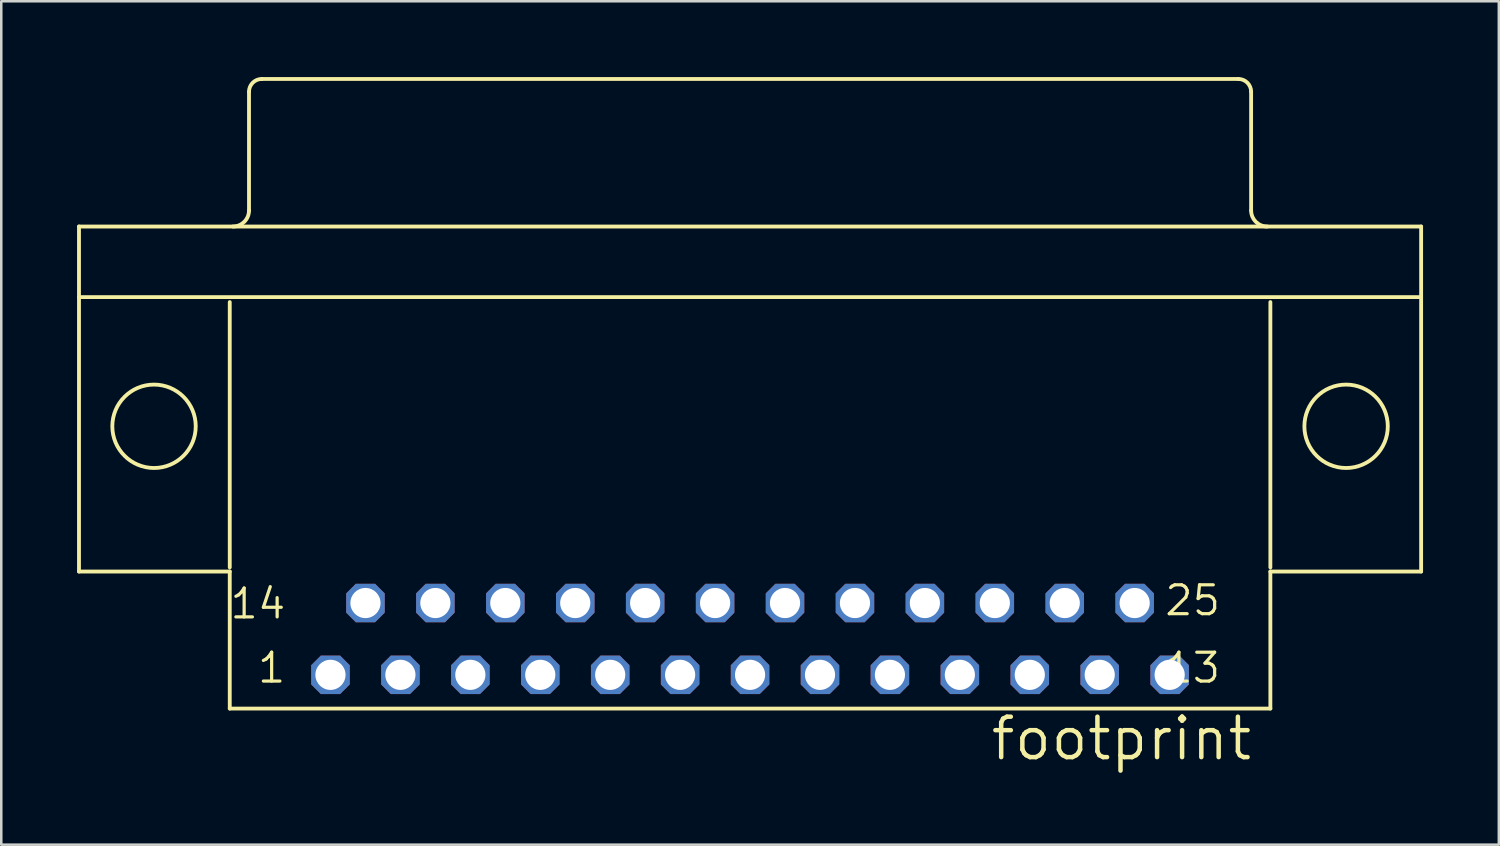
<source format=kicad_pcb>
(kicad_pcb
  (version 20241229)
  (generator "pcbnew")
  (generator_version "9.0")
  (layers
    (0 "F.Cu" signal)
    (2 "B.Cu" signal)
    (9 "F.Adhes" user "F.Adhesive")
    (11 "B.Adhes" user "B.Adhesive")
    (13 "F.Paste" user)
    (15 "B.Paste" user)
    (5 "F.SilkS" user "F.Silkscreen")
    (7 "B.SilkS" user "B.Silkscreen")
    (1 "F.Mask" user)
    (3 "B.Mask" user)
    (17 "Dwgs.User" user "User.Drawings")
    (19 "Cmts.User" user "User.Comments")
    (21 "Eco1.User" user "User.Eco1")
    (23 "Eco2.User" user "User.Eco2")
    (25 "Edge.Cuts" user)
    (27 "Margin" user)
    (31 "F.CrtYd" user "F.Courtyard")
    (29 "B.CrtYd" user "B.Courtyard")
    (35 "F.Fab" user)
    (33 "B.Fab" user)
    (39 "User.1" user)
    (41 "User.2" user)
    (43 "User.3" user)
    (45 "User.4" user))
  (footprint "footprint"
    (layer "F.Cu")
    (at 26.645 13.827)
    (property "Reference" "footprint" (at 19.964 11.43 0) (layer "F.SilkS") (effects (font (size 1.6 1.6) (thickness 0.178)) (justify right top)))
    (fp_line (start -26.568 -7.909) (end 26.568 -7.909) (stroke (width 0.152) (type solid)) (layer "F.SilkS"))
    (fp_line (start -26.568 -5.115) (end -26.568 -7.909) (stroke (width 0.152) (type solid)) (layer "F.SilkS"))
    (fp_line (start -26.568 -5.115) (end 26.568 -5.115) (stroke (width 0.152) (type solid)) (layer "F.SilkS"))
    (fp_line (start -26.568 5.75) (end -26.568 -5.115) (stroke (width 0.152) (type solid)) (layer "F.SilkS"))
    (fp_line (start -26.568 5.75) (end -20.599 5.75) (stroke (width 0.152) (type solid)) (layer "F.SilkS"))
    (fp_line (start -20.599 -4.918) (end -20.599 5.587) (stroke (width 0.152) (type solid)) (layer "F.SilkS"))
    (fp_line (start -20.599 5.75) (end -20.599 11.175) (stroke (width 0.152) (type solid)) (layer "F.SilkS"))
    (fp_line (start -20.599 11.175) (end 20.599 11.175) (stroke (width 0.152) (type solid)) (layer "F.SilkS"))
    (fp_line (start -19.837 -8.544) (end -19.837 -13.243) (stroke (width 0.152) (type solid)) (layer "F.SilkS"))
    (fp_line (start -19.329 -13.751) (end 19.329 -13.751) (stroke (width 0.152) (type solid)) (layer "F.SilkS"))
    (fp_line (start 19.837 -8.544) (end 19.837 -13.243) (stroke (width 0.152) (type solid)) (layer "F.SilkS"))
    (fp_line (start 20.599 5.587) (end 20.599 -4.918) (stroke (width 0.152) (type solid)) (layer "F.SilkS"))
    (fp_line (start 20.599 5.75) (end 26.568 5.75) (stroke (width 0.152) (type solid)) (layer "F.SilkS"))
    (fp_line (start 20.599 11.175) (end 20.599 5.75) (stroke (width 0.152) (type solid)) (layer "F.SilkS"))
    (fp_line (start 26.568 5.75) (end 26.568 -7.909) (stroke (width 0.152) (type solid)) (layer "F.SilkS"))
    (fp_arc (start -19.8374 -13.243) (mid -19.68861 -13.60221) (end -19.3294 -13.751) (stroke (width 0.1524) (type solid)) (layer "F.SilkS"))
    (fp_arc (start -19.8374 -8.544) (mid -20.023387 -8.094987) (end -20.4724 -7.909) (stroke (width 0.1524) (type solid)) (layer "F.SilkS"))
    (fp_arc (start 19.3294 -13.751) (mid 19.68861 -13.60221) (end 19.8374 -13.243) (stroke (width 0.1524) (type solid)) (layer "F.SilkS"))
    (fp_arc (start 20.4724 -7.909) (mid 20.023387 -8.094987) (end 19.8374 -8.544) (stroke (width 0.1524) (type solid)) (layer "F.SilkS"))
    (fp_circle (center -23.597 0) (end -21.946 0) (stroke (width 0.152) (type solid)) (fill no) (layer "F.SilkS"))
    (fp_circle (center 23.597 0) (end 25.248 0) (stroke (width 0.152) (type solid)) (fill no) (layer "F.SilkS"))
    (fp_text user "25" (at 18.694 6.228 0) (layer "F.SilkS") (effects (font (size 1.143 1.143) (thickness 0.127)) (justify right top)))
    (fp_text user "1" (at -18.313 8.895 0) (layer "F.SilkS") (effects (font (size 1.143 1.143) (thickness 0.127)) (justify right top)))
    (fp_text user "13" (at 18.694 8.895 0) (layer "F.SilkS") (effects (font (size 1.143 1.143) (thickness 0.127)) (justify right top)))
    (fp_text user "14" (at -18.313 6.355 0) (layer "F.SilkS") (effects (font (size 1.143 1.143) (thickness 0.127)) (justify right top)))
    (pad "1" thru_hole roundrect (at -16.612 9.84) (size 1.524 1.524) (drill 1.194) (layers "*.Cu" "*.Mask") (roundrect_rratio 0.25) (chamfer_ratio 0.25) (chamfer top_left top_right bottom_left bottom_right))
    (pad "2" thru_hole roundrect (at -13.843 9.84) (size 1.524 1.524) (drill 1.194) (layers "*.Cu" "*.Mask") (roundrect_rratio 0.25) (chamfer_ratio 0.25) (chamfer top_left top_right bottom_left bottom_right))
    (pad "3" thru_hole roundrect (at -11.074 9.84) (size 1.524 1.524) (drill 1.194) (layers "*.Cu" "*.Mask") (roundrect_rratio 0.25) (chamfer_ratio 0.25) (chamfer top_left top_right bottom_left bottom_right))
    (pad "4" thru_hole roundrect (at -8.306 9.84) (size 1.524 1.524) (drill 1.194) (layers "*.Cu" "*.Mask") (roundrect_rratio 0.25) (chamfer_ratio 0.25) (chamfer top_left top_right bottom_left bottom_right))
    (pad "5" thru_hole roundrect (at -5.537 9.84) (size 1.524 1.524) (drill 1.194) (layers "*.Cu" "*.Mask") (roundrect_rratio 0.25) (chamfer_ratio 0.25) (chamfer top_left top_right bottom_left bottom_right))
    (pad "6" thru_hole roundrect (at -2.769 9.84) (size 1.524 1.524) (drill 1.194) (layers "*.Cu" "*.Mask") (roundrect_rratio 0.25) (chamfer_ratio 0.25) (chamfer top_left top_right bottom_left bottom_right))
    (pad "7" thru_hole roundrect (at 0 9.84) (size 1.524 1.524) (drill 1.194) (layers "*.Cu" "*.Mask") (roundrect_rratio 0.25) (chamfer_ratio 0.25) (chamfer top_left top_right bottom_left bottom_right))
    (pad "8" thru_hole roundrect (at 2.769 9.84) (size 1.524 1.524) (drill 1.194) (layers "*.Cu" "*.Mask") (roundrect_rratio 0.25) (chamfer_ratio 0.25) (chamfer top_left top_right bottom_left bottom_right))
    (pad "9" thru_hole roundrect (at 5.537 9.84) (size 1.524 1.524) (drill 1.194) (layers "*.Cu" "*.Mask") (roundrect_rratio 0.25) (chamfer_ratio 0.25) (chamfer top_left top_right bottom_left bottom_right))
    (pad "10" thru_hole roundrect (at 8.306 9.84) (size 1.524 1.524) (drill 1.194) (layers "*.Cu" "*.Mask") (roundrect_rratio 0.25) (chamfer_ratio 0.25) (chamfer top_left top_right bottom_left bottom_right))
    (pad "11" thru_hole roundrect (at 11.074 9.84) (size 1.524 1.524) (drill 1.194) (layers "*.Cu" "*.Mask") (roundrect_rratio 0.25) (chamfer_ratio 0.25) (chamfer top_left top_right bottom_left bottom_right))
    (pad "12" thru_hole roundrect (at 13.843 9.84) (size 1.524 1.524) (drill 1.194) (layers "*.Cu" "*.Mask") (roundrect_rratio 0.25) (chamfer_ratio 0.25) (chamfer top_left top_right bottom_left bottom_right))
    (pad "13" thru_hole roundrect (at 16.612 9.84) (size 1.524 1.524) (drill 1.194) (layers "*.Cu" "*.Mask") (roundrect_rratio 0.25) (chamfer_ratio 0.25) (chamfer top_left top_right bottom_left bottom_right))
    (pad "14" thru_hole roundrect (at -15.227 6.997) (size 1.524 1.524) (drill 1.194) (layers "*.Cu" "*.Mask") (roundrect_rratio 0.25) (chamfer_ratio 0.25) (chamfer top_left top_right bottom_left bottom_right))
    (pad "15" thru_hole roundrect (at -12.459 6.997) (size 1.524 1.524) (drill 1.194) (layers "*.Cu" "*.Mask") (roundrect_rratio 0.25) (chamfer_ratio 0.25) (chamfer top_left top_right bottom_left bottom_right))
    (pad "16" thru_hole roundrect (at -9.69 6.997) (size 1.524 1.524) (drill 1.194) (layers "*.Cu" "*.Mask") (roundrect_rratio 0.25) (chamfer_ratio 0.25) (chamfer top_left top_right bottom_left bottom_right))
    (pad "17" thru_hole roundrect (at -6.921 6.997) (size 1.524 1.524) (drill 1.194) (layers "*.Cu" "*.Mask") (roundrect_rratio 0.25) (chamfer_ratio 0.25) (chamfer top_left top_right bottom_left bottom_right))
    (pad "18" thru_hole roundrect (at -4.153 6.997) (size 1.524 1.524) (drill 1.194) (layers "*.Cu" "*.Mask") (roundrect_rratio 0.25) (chamfer_ratio 0.25) (chamfer top_left top_right bottom_left bottom_right))
    (pad "19" thru_hole roundrect (at -1.384 6.997) (size 1.524 1.524) (drill 1.194) (layers "*.Cu" "*.Mask") (roundrect_rratio 0.25) (chamfer_ratio 0.25) (chamfer top_left top_right bottom_left bottom_right))
    (pad "20" thru_hole roundrect (at 1.384 6.997) (size 1.524 1.524) (drill 1.194) (layers "*.Cu" "*.Mask") (roundrect_rratio 0.25) (chamfer_ratio 0.25) (chamfer top_left top_right bottom_left bottom_right))
    (pad "21" thru_hole roundrect (at 4.153 6.997) (size 1.524 1.524) (drill 1.194) (layers "*.Cu" "*.Mask") (roundrect_rratio 0.25) (chamfer_ratio 0.25) (chamfer top_left top_right bottom_left bottom_right))
    (pad "22" thru_hole roundrect (at 6.921 6.997) (size 1.524 1.524) (drill 1.194) (layers "*.Cu" "*.Mask") (roundrect_rratio 0.25) (chamfer_ratio 0.25) (chamfer top_left top_right bottom_left bottom_right))
    (pad "23" thru_hole roundrect (at 9.69 6.997) (size 1.524 1.524) (drill 1.194) (layers "*.Cu" "*.Mask") (roundrect_rratio 0.25) (chamfer_ratio 0.25) (chamfer top_left top_right bottom_left bottom_right))
    (pad "24" thru_hole roundrect (at 12.459 6.997) (size 1.524 1.524) (drill 1.194) (layers "*.Cu" "*.Mask") (roundrect_rratio 0.25) (chamfer_ratio 0.25) (chamfer top_left top_right bottom_left bottom_right))
    (pad "25" thru_hole roundrect (at 15.227 6.997) (size 1.524 1.524) (drill 1.194) (layers "*.Cu" "*.Mask") (roundrect_rratio 0.25) (chamfer_ratio 0.25) (chamfer top_left top_right bottom_left bottom_right)))
  (gr_rect
    (start -3 -3)
    (end 56.289 30.391)
    (stroke (width 0.1) (type default))
    (fill no)
    (layer "Edge.Cuts")))
</source>
